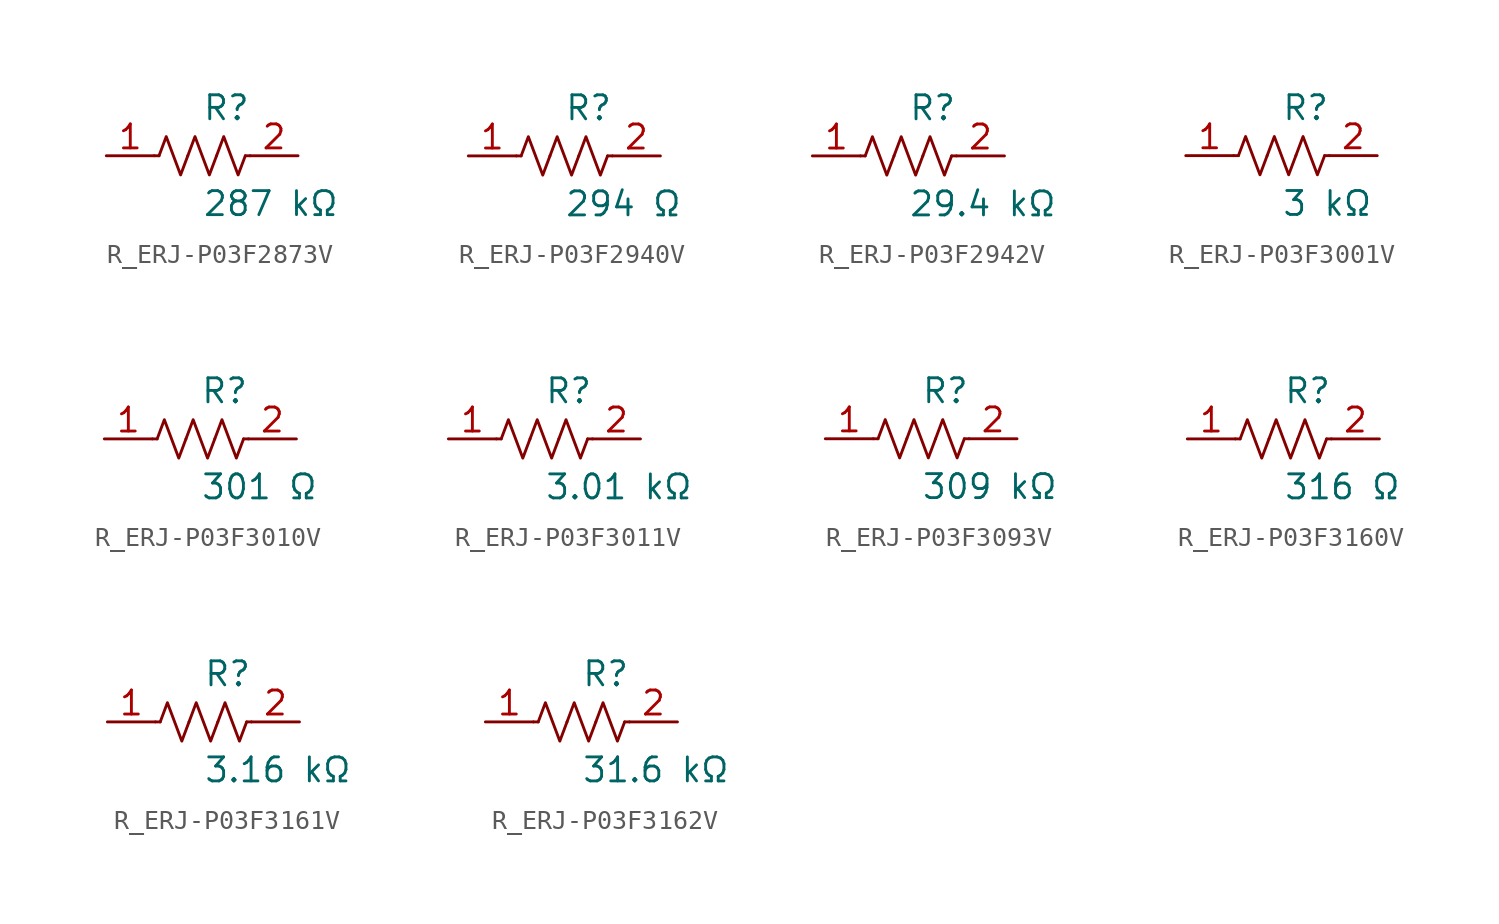
<source format=kicad_sym>
(kicad_symbol_lib
  (version 20231120)
  (generator kicad_symbol_editor)
  (generator_version 8.0)
  (symbol "R_ERJ-P03F2873V"
    (pin_names
      (offset 0.254))
    (property "Reference" "R"
      (at 0.0 2.54 0)
      (effects (font (size 1.27 1.27)) (justify left)))
    (property "Value" "287 kΩ"
      (at 0.0 -2.54 0)
      (effects (font (size 1.27 1.27)) (justify left)))
    (symbol "R_ERJ-P03F2873V_0_1"
      (polyline (pts (xy 2.286 0) (xy 2.54 0)) (stroke (width 0) (type default)) (fill (type none)))
      (polyline (pts (xy -2.286 0) (xy -2.54 0)) (stroke (width 0) (type default)) (fill (type none)))
      (polyline (pts (xy 0.762 0) (xy 1.143 1.016) (xy 1.524 0) (xy 1.905 -1.016) (xy 2.286 0)) (stroke (width 0) (type default)) (fill (type none)))
      (polyline (pts (xy -0.762 0) (xy -0.381 1.016) (xy 0 0) (xy 0.381 -1.016) (xy 0.762 0)) (stroke (width 0) (type default)) (fill (type none)))
      (polyline (pts (xy -2.286 0) (xy -1.905 1.016) (xy -1.524 0) (xy -1.143 -1.016) (xy -0.762 0)) (stroke (width 0) (type default)) (fill (type none))))
    (pin unspecified line
      (at -5.08 0 0)
      (length 2.54)
      (name "" (effects (font (size 1.27 1.27))))
      (number "1" (effects (font (size 1.27 1.27)))))
    (pin unspecified line
      (at 5.08 0 180)
      (length 2.54)
      (name "" (effects (font (size 1.27 1.27))))
      (number "2" (effects (font (size 1.27 1.27))))))
  (symbol "R_ERJ-P03F2940V"
    (pin_names
      (offset 0.254))
    (property "Reference" "R"
      (at 0.0 2.54 0)
      (effects (font (size 1.27 1.27)) (justify left)))
    (property "Value" "294 Ω"
      (at 0.0 -2.54 0)
      (effects (font (size 1.27 1.27)) (justify left)))
    (symbol "R_ERJ-P03F2940V_0_1"
      (polyline (pts (xy 2.286 0) (xy 2.54 0)) (stroke (width 0) (type default)) (fill (type none)))
      (polyline (pts (xy -2.286 0) (xy -2.54 0)) (stroke (width 0) (type default)) (fill (type none)))
      (polyline (pts (xy 0.762 0) (xy 1.143 1.016) (xy 1.524 0) (xy 1.905 -1.016) (xy 2.286 0)) (stroke (width 0) (type default)) (fill (type none)))
      (polyline (pts (xy -0.762 0) (xy -0.381 1.016) (xy 0 0) (xy 0.381 -1.016) (xy 0.762 0)) (stroke (width 0) (type default)) (fill (type none)))
      (polyline (pts (xy -2.286 0) (xy -1.905 1.016) (xy -1.524 0) (xy -1.143 -1.016) (xy -0.762 0)) (stroke (width 0) (type default)) (fill (type none))))
    (pin unspecified line
      (at -5.08 0 0)
      (length 2.54)
      (name "" (effects (font (size 1.27 1.27))))
      (number "1" (effects (font (size 1.27 1.27)))))
    (pin unspecified line
      (at 5.08 0 180)
      (length 2.54)
      (name "" (effects (font (size 1.27 1.27))))
      (number "2" (effects (font (size 1.27 1.27))))))
  (symbol "R_ERJ-P03F2942V"
    (pin_names
      (offset 0.254))
    (property "Reference" "R"
      (at 0.0 2.54 0)
      (effects (font (size 1.27 1.27)) (justify left)))
    (property "Value" "29.4 kΩ"
      (at 0.0 -2.54 0)
      (effects (font (size 1.27 1.27)) (justify left)))
    (symbol "R_ERJ-P03F2942V_0_1"
      (polyline (pts (xy 2.286 0) (xy 2.54 0)) (stroke (width 0) (type default)) (fill (type none)))
      (polyline (pts (xy -2.286 0) (xy -2.54 0)) (stroke (width 0) (type default)) (fill (type none)))
      (polyline (pts (xy 0.762 0) (xy 1.143 1.016) (xy 1.524 0) (xy 1.905 -1.016) (xy 2.286 0)) (stroke (width 0) (type default)) (fill (type none)))
      (polyline (pts (xy -0.762 0) (xy -0.381 1.016) (xy 0 0) (xy 0.381 -1.016) (xy 0.762 0)) (stroke (width 0) (type default)) (fill (type none)))
      (polyline (pts (xy -2.286 0) (xy -1.905 1.016) (xy -1.524 0) (xy -1.143 -1.016) (xy -0.762 0)) (stroke (width 0) (type default)) (fill (type none))))
    (pin unspecified line
      (at -5.08 0 0)
      (length 2.54)
      (name "" (effects (font (size 1.27 1.27))))
      (number "1" (effects (font (size 1.27 1.27)))))
    (pin unspecified line
      (at 5.08 0 180)
      (length 2.54)
      (name "" (effects (font (size 1.27 1.27))))
      (number "2" (effects (font (size 1.27 1.27))))))
  (symbol "R_ERJ-P03F3001V"
    (pin_names
      (offset 0.254))
    (property "Reference" "R"
      (at 0.0 2.54 0)
      (effects (font (size 1.27 1.27)) (justify left)))
    (property "Value" "3 kΩ"
      (at 0.0 -2.54 0)
      (effects (font (size 1.27 1.27)) (justify left)))
    (symbol "R_ERJ-P03F3001V_0_1"
      (polyline (pts (xy 2.286 0) (xy 2.54 0)) (stroke (width 0) (type default)) (fill (type none)))
      (polyline (pts (xy -2.286 0) (xy -2.54 0)) (stroke (width 0) (type default)) (fill (type none)))
      (polyline (pts (xy 0.762 0) (xy 1.143 1.016) (xy 1.524 0) (xy 1.905 -1.016) (xy 2.286 0)) (stroke (width 0) (type default)) (fill (type none)))
      (polyline (pts (xy -0.762 0) (xy -0.381 1.016) (xy 0 0) (xy 0.381 -1.016) (xy 0.762 0)) (stroke (width 0) (type default)) (fill (type none)))
      (polyline (pts (xy -2.286 0) (xy -1.905 1.016) (xy -1.524 0) (xy -1.143 -1.016) (xy -0.762 0)) (stroke (width 0) (type default)) (fill (type none))))
    (pin unspecified line
      (at -5.08 0 0)
      (length 2.54)
      (name "" (effects (font (size 1.27 1.27))))
      (number "1" (effects (font (size 1.27 1.27)))))
    (pin unspecified line
      (at 5.08 0 180)
      (length 2.54)
      (name "" (effects (font (size 1.27 1.27))))
      (number "2" (effects (font (size 1.27 1.27))))))
  (symbol "R_ERJ-P03F3010V"
    (pin_names
      (offset 0.254))
    (property "Reference" "R"
      (at 0.0 2.54 0)
      (effects (font (size 1.27 1.27)) (justify left)))
    (property "Value" "301 Ω"
      (at 0.0 -2.54 0)
      (effects (font (size 1.27 1.27)) (justify left)))
    (symbol "R_ERJ-P03F3010V_0_1"
      (polyline (pts (xy 2.286 0) (xy 2.54 0)) (stroke (width 0) (type default)) (fill (type none)))
      (polyline (pts (xy -2.286 0) (xy -2.54 0)) (stroke (width 0) (type default)) (fill (type none)))
      (polyline (pts (xy 0.762 0) (xy 1.143 1.016) (xy 1.524 0) (xy 1.905 -1.016) (xy 2.286 0)) (stroke (width 0) (type default)) (fill (type none)))
      (polyline (pts (xy -0.762 0) (xy -0.381 1.016) (xy 0 0) (xy 0.381 -1.016) (xy 0.762 0)) (stroke (width 0) (type default)) (fill (type none)))
      (polyline (pts (xy -2.286 0) (xy -1.905 1.016) (xy -1.524 0) (xy -1.143 -1.016) (xy -0.762 0)) (stroke (width 0) (type default)) (fill (type none))))
    (pin unspecified line
      (at -5.08 0 0)
      (length 2.54)
      (name "" (effects (font (size 1.27 1.27))))
      (number "1" (effects (font (size 1.27 1.27)))))
    (pin unspecified line
      (at 5.08 0 180)
      (length 2.54)
      (name "" (effects (font (size 1.27 1.27))))
      (number "2" (effects (font (size 1.27 1.27))))))
  (symbol "R_ERJ-P03F3011V"
    (pin_names
      (offset 0.254))
    (property "Reference" "R"
      (at 0.0 2.54 0)
      (effects (font (size 1.27 1.27)) (justify left)))
    (property "Value" "3.01 kΩ"
      (at 0.0 -2.54 0)
      (effects (font (size 1.27 1.27)) (justify left)))
    (symbol "R_ERJ-P03F3011V_0_1"
      (polyline (pts (xy 2.286 0) (xy 2.54 0)) (stroke (width 0) (type default)) (fill (type none)))
      (polyline (pts (xy -2.286 0) (xy -2.54 0)) (stroke (width 0) (type default)) (fill (type none)))
      (polyline (pts (xy 0.762 0) (xy 1.143 1.016) (xy 1.524 0) (xy 1.905 -1.016) (xy 2.286 0)) (stroke (width 0) (type default)) (fill (type none)))
      (polyline (pts (xy -0.762 0) (xy -0.381 1.016) (xy 0 0) (xy 0.381 -1.016) (xy 0.762 0)) (stroke (width 0) (type default)) (fill (type none)))
      (polyline (pts (xy -2.286 0) (xy -1.905 1.016) (xy -1.524 0) (xy -1.143 -1.016) (xy -0.762 0)) (stroke (width 0) (type default)) (fill (type none))))
    (pin unspecified line
      (at -5.08 0 0)
      (length 2.54)
      (name "" (effects (font (size 1.27 1.27))))
      (number "1" (effects (font (size 1.27 1.27)))))
    (pin unspecified line
      (at 5.08 0 180)
      (length 2.54)
      (name "" (effects (font (size 1.27 1.27))))
      (number "2" (effects (font (size 1.27 1.27))))))
  (symbol "R_ERJ-P03F3093V"
    (pin_names
      (offset 0.254))
    (property "Reference" "R"
      (at 0.0 2.54 0)
      (effects (font (size 1.27 1.27)) (justify left)))
    (property "Value" "309 kΩ"
      (at 0.0 -2.54 0)
      (effects (font (size 1.27 1.27)) (justify left)))
    (symbol "R_ERJ-P03F3093V_0_1"
      (polyline (pts (xy 2.286 0) (xy 2.54 0)) (stroke (width 0) (type default)) (fill (type none)))
      (polyline (pts (xy -2.286 0) (xy -2.54 0)) (stroke (width 0) (type default)) (fill (type none)))
      (polyline (pts (xy 0.762 0) (xy 1.143 1.016) (xy 1.524 0) (xy 1.905 -1.016) (xy 2.286 0)) (stroke (width 0) (type default)) (fill (type none)))
      (polyline (pts (xy -0.762 0) (xy -0.381 1.016) (xy 0 0) (xy 0.381 -1.016) (xy 0.762 0)) (stroke (width 0) (type default)) (fill (type none)))
      (polyline (pts (xy -2.286 0) (xy -1.905 1.016) (xy -1.524 0) (xy -1.143 -1.016) (xy -0.762 0)) (stroke (width 0) (type default)) (fill (type none))))
    (pin unspecified line
      (at -5.08 0 0)
      (length 2.54)
      (name "" (effects (font (size 1.27 1.27))))
      (number "1" (effects (font (size 1.27 1.27)))))
    (pin unspecified line
      (at 5.08 0 180)
      (length 2.54)
      (name "" (effects (font (size 1.27 1.27))))
      (number "2" (effects (font (size 1.27 1.27))))))
  (symbol "R_ERJ-P03F3160V"
    (pin_names
      (offset 0.254))
    (property "Reference" "R"
      (at 0.0 2.54 0)
      (effects (font (size 1.27 1.27)) (justify left)))
    (property "Value" "316 Ω"
      (at 0.0 -2.54 0)
      (effects (font (size 1.27 1.27)) (justify left)))
    (symbol "R_ERJ-P03F3160V_0_1"
      (polyline (pts (xy 2.286 0) (xy 2.54 0)) (stroke (width 0) (type default)) (fill (type none)))
      (polyline (pts (xy -2.286 0) (xy -2.54 0)) (stroke (width 0) (type default)) (fill (type none)))
      (polyline (pts (xy 0.762 0) (xy 1.143 1.016) (xy 1.524 0) (xy 1.905 -1.016) (xy 2.286 0)) (stroke (width 0) (type default)) (fill (type none)))
      (polyline (pts (xy -0.762 0) (xy -0.381 1.016) (xy 0 0) (xy 0.381 -1.016) (xy 0.762 0)) (stroke (width 0) (type default)) (fill (type none)))
      (polyline (pts (xy -2.286 0) (xy -1.905 1.016) (xy -1.524 0) (xy -1.143 -1.016) (xy -0.762 0)) (stroke (width 0) (type default)) (fill (type none))))
    (pin unspecified line
      (at -5.08 0 0)
      (length 2.54)
      (name "" (effects (font (size 1.27 1.27))))
      (number "1" (effects (font (size 1.27 1.27)))))
    (pin unspecified line
      (at 5.08 0 180)
      (length 2.54)
      (name "" (effects (font (size 1.27 1.27))))
      (number "2" (effects (font (size 1.27 1.27))))))
  (symbol "R_ERJ-P03F3161V"
    (pin_names
      (offset 0.254))
    (property "Reference" "R"
      (at 0.0 2.54 0)
      (effects (font (size 1.27 1.27)) (justify left)))
    (property "Value" "3.16 kΩ"
      (at 0.0 -2.54 0)
      (effects (font (size 1.27 1.27)) (justify left)))
    (symbol "R_ERJ-P03F3161V_0_1"
      (polyline (pts (xy 2.286 0) (xy 2.54 0)) (stroke (width 0) (type default)) (fill (type none)))
      (polyline (pts (xy -2.286 0) (xy -2.54 0)) (stroke (width 0) (type default)) (fill (type none)))
      (polyline (pts (xy 0.762 0) (xy 1.143 1.016) (xy 1.524 0) (xy 1.905 -1.016) (xy 2.286 0)) (stroke (width 0) (type default)) (fill (type none)))
      (polyline (pts (xy -0.762 0) (xy -0.381 1.016) (xy 0 0) (xy 0.381 -1.016) (xy 0.762 0)) (stroke (width 0) (type default)) (fill (type none)))
      (polyline (pts (xy -2.286 0) (xy -1.905 1.016) (xy -1.524 0) (xy -1.143 -1.016) (xy -0.762 0)) (stroke (width 0) (type default)) (fill (type none))))
    (pin unspecified line
      (at -5.08 0 0)
      (length 2.54)
      (name "" (effects (font (size 1.27 1.27))))
      (number "1" (effects (font (size 1.27 1.27)))))
    (pin unspecified line
      (at 5.08 0 180)
      (length 2.54)
      (name "" (effects (font (size 1.27 1.27))))
      (number "2" (effects (font (size 1.27 1.27))))))
  (symbol "R_ERJ-P03F3162V"
    (pin_names
      (offset 0.254))
    (property "Reference" "R"
      (at 0.0 2.54 0)
      (effects (font (size 1.27 1.27)) (justify left)))
    (property "Value" "31.6 kΩ"
      (at 0.0 -2.54 0)
      (effects (font (size 1.27 1.27)) (justify left)))
    (symbol "R_ERJ-P03F3162V_0_1"
      (polyline (pts (xy 2.286 0) (xy 2.54 0)) (stroke (width 0) (type default)) (fill (type none)))
      (polyline (pts (xy -2.286 0) (xy -2.54 0)) (stroke (width 0) (type default)) (fill (type none)))
      (polyline (pts (xy 0.762 0) (xy 1.143 1.016) (xy 1.524 0) (xy 1.905 -1.016) (xy 2.286 0)) (stroke (width 0) (type default)) (fill (type none)))
      (polyline (pts (xy -0.762 0) (xy -0.381 1.016) (xy 0 0) (xy 0.381 -1.016) (xy 0.762 0)) (stroke (width 0) (type default)) (fill (type none)))
      (polyline (pts (xy -2.286 0) (xy -1.905 1.016) (xy -1.524 0) (xy -1.143 -1.016) (xy -0.762 0)) (stroke (width 0) (type default)) (fill (type none))))
    (pin unspecified line
      (at -5.08 0 0)
      (length 2.54)
      (name "" (effects (font (size 1.27 1.27))))
      (number "1" (effects (font (size 1.27 1.27)))))
    (pin unspecified line
      (at 5.08 0 180)
      (length 2.54)
      (name "" (effects (font (size 1.27 1.27))))
      (number "2" (effects (font (size 1.27 1.27)))))))
</source>
